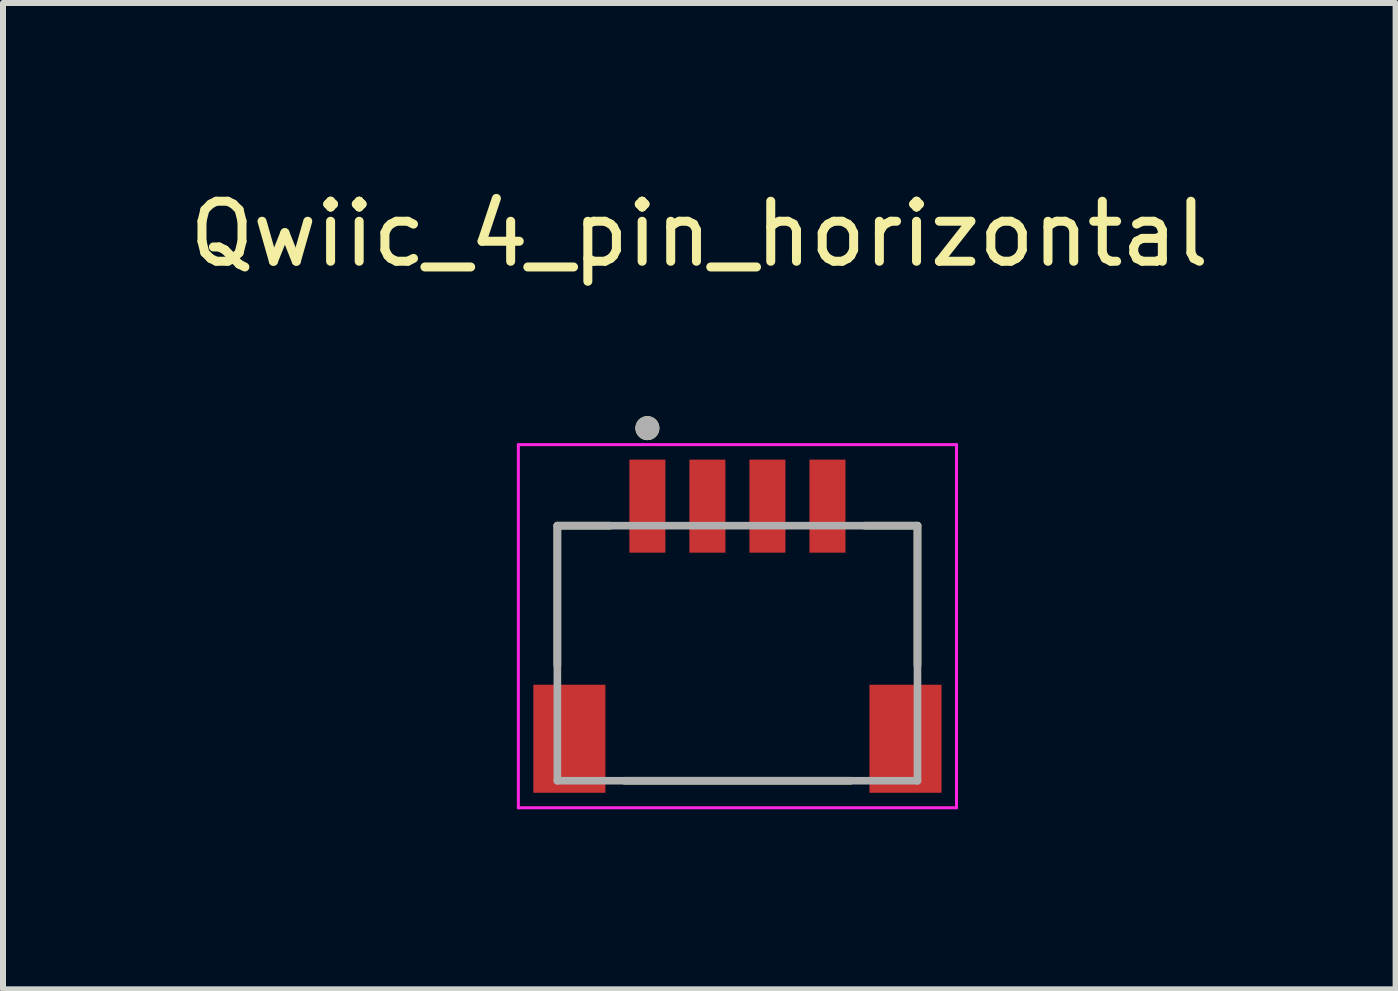
<source format=kicad_pcb>
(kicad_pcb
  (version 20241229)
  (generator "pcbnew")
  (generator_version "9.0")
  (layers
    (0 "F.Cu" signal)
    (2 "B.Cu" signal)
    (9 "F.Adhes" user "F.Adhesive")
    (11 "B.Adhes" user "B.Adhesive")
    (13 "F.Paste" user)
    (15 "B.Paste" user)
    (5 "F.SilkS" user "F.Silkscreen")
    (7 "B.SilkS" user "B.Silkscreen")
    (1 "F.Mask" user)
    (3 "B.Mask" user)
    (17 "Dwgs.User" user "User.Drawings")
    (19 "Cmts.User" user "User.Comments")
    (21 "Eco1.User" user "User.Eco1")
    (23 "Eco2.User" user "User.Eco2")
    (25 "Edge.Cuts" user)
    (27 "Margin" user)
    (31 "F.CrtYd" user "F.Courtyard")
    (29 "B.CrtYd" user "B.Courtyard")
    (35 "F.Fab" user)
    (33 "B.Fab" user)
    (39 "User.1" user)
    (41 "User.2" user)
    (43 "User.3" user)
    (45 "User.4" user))
  (footprint "Qwiic_4_pin_horizontal"
    (layer "F.Cu")
    (at 9.236 7.833)
    (property "Reference" "Qwiic_4_pin_horizontal" (at -0.635 -6.985 0) (layer "F.SilkS") (effects (font (size 1 1) (thickness 0.15))))
    (attr smd)
    (fp_line (start -3 -2.125) (end -2.12 -2.125) (stroke (width 0.127) (type solid)) (layer "F.SilkS"))
    (fp_line (start -3 0.205) (end -3 -2.125) (stroke (width 0.127) (type solid)) (layer "F.SilkS"))
    (fp_line (start -1.88 2.125) (end 1.88 2.125) (stroke (width 0.127) (type solid)) (layer "F.SilkS"))
    (fp_line (start 2.12 -2.125) (end 3 -2.125) (stroke (width 0.127) (type solid)) (layer "F.SilkS"))
    (fp_line (start 3 -2.125) (end 3 0.205) (stroke (width 0.127) (type solid)) (layer "F.SilkS"))
    (fp_circle (center -1.5 -3.75) (end -1.4 -3.75) (stroke (width 0.2) (type solid)) (fill no) (layer "F.SilkS"))
    (fp_line (start -3.65 -3.475) (end -3.65 2.575) (stroke (width 0.05) (type solid)) (layer "F.CrtYd"))
    (fp_line (start -3.65 2.575) (end 3.65 2.575) (stroke (width 0.05) (type solid)) (layer "F.CrtYd"))
    (fp_line (start 3.65 -3.475) (end -3.65 -3.475) (stroke (width 0.05) (type solid)) (layer "F.CrtYd"))
    (fp_line (start 3.65 2.575) (end 3.65 -3.475) (stroke (width 0.05) (type solid)) (layer "F.CrtYd"))
    (fp_line (start -3 -2.125) (end 3 -2.125) (stroke (width 0.127) (type solid)) (layer "F.Fab"))
    (fp_line (start -3 2.125) (end -3 -2.125) (stroke (width 0.127) (type solid)) (layer "F.Fab"))
    (fp_line (start 3 -2.125) (end 3 2.125) (stroke (width 0.127) (type solid)) (layer "F.Fab"))
    (fp_line (start 3 2.125) (end -3 2.125) (stroke (width 0.127) (type solid)) (layer "F.Fab"))
    (fp_circle (center -1.5 -3.75) (end -1.4 -3.75) (stroke (width 0.2) (type solid)) (fill no) (layer "F.Fab"))
    (pad "1" smd rect (at -1.5 -2.45) (size 0.6 1.55) (layers "F.Cu" "F.Mask" "F.Paste"))
    (pad "2" smd rect (at -0.5 -2.45) (size 0.6 1.55) (layers "F.Cu" "F.Mask" "F.Paste"))
    (pad "3" smd rect (at 0.5 -2.45) (size 0.6 1.55) (layers "F.Cu" "F.Mask" "F.Paste"))
    (pad "4" smd rect (at 1.5 -2.45) (size 0.6 1.55) (layers "F.Cu" "F.Mask" "F.Paste"))
    (pad "S1" smd rect (at -2.8 1.425) (size 1.2 1.8) (layers "F.Cu" "F.Mask" "F.Paste"))
    (pad "S2" smd rect (at 2.8 1.425) (size 1.2 1.8) (layers "F.Cu" "F.Mask" "F.Paste")))
  (gr_rect
    (start -3 -3)
    (end 20.202 13.433)
    (stroke (width 0.1) (type default))
    (fill no)
    (layer "Edge.Cuts")))
</source>
